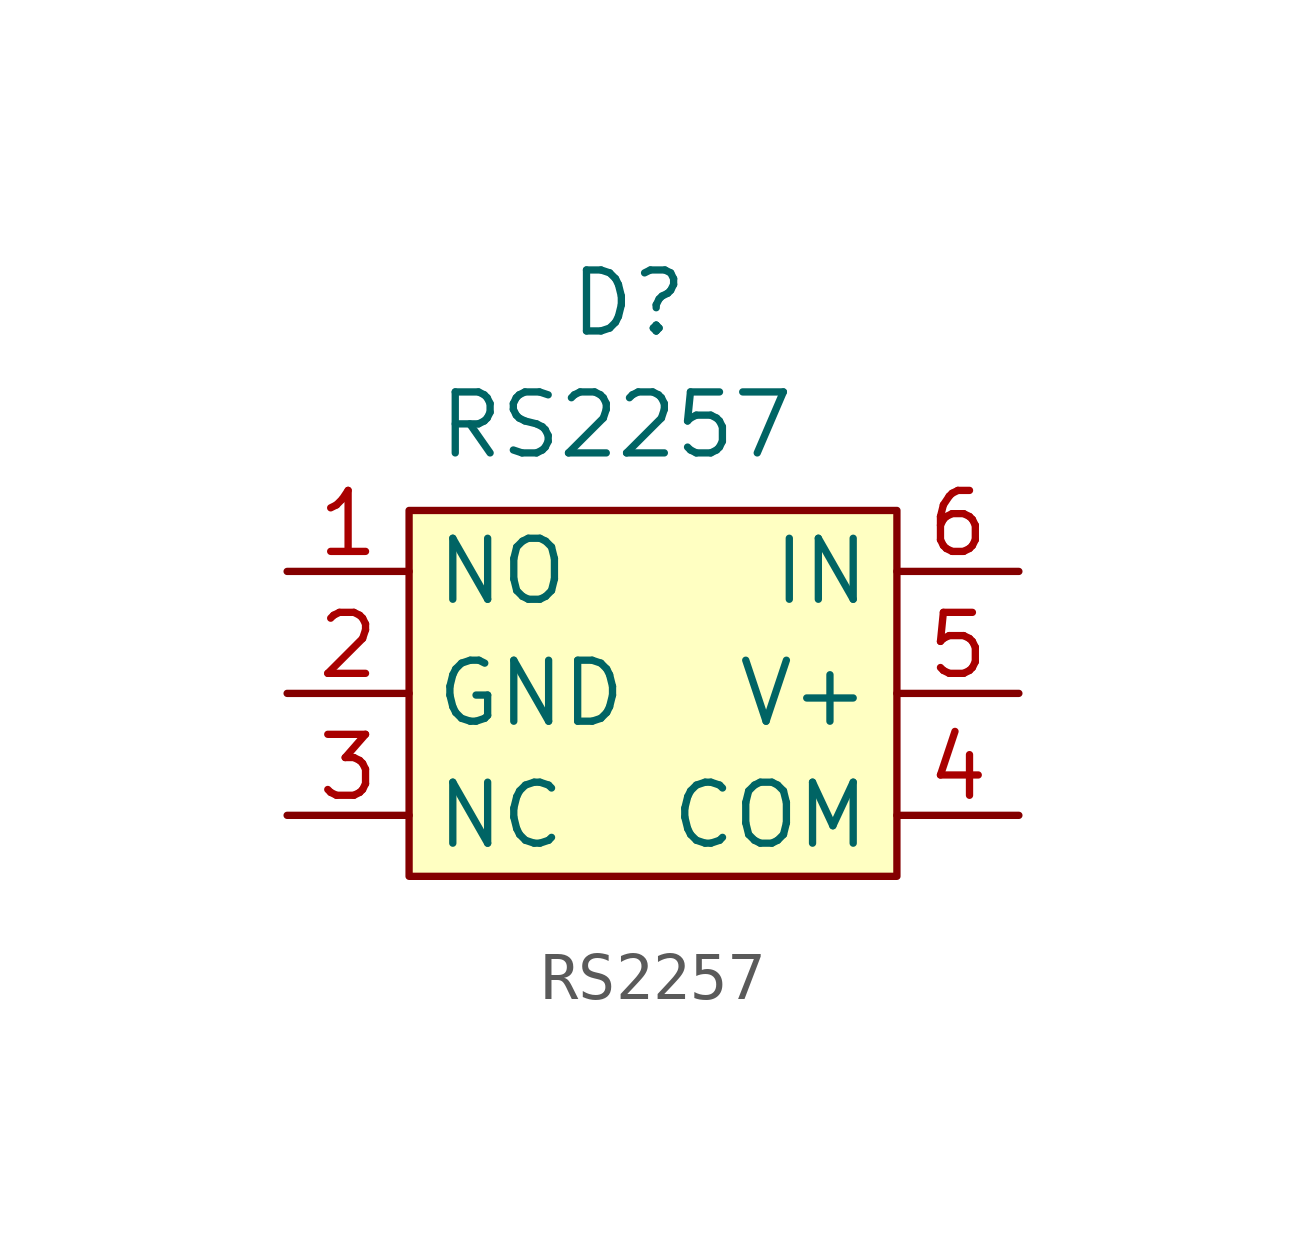
<source format=kicad_sym>
(kicad_symbol_lib
  (version 20231120)
  (generator "kicad_symbol_editor")
  (generator_version "8.0")
  (symbol "RS2257"
    (property "Reference" "D"
      (at -0.508 8.128 0)
      (effects (font (size 1.27 1.27))))
    (property "Value" "RS2257"
      (at -0.762 5.588 0)
      (effects (font (size 1.27 1.27))))
    (symbol "RS2257_0_0"
      (pin bidirectional line (at -7.62 2.54 0) (length 2.54) (name "NO" (effects (font (size 1.27 1.27)))) (number "1" (effects (font (size 1.27 1.27)))))
      (pin bidirectional line (at -7.62 -2.54 0) (length 2.54) (name "NC" (effects (font (size 1.27 1.27)))) (number "3" (effects (font (size 1.27 1.27)))))
      (pin bidirectional line (at 7.62 -2.54 180) (length 2.54) (name "COM" (effects (font (size 1.27 1.27)))) (number "4" (effects (font (size 1.27 1.27)))))
      (pin power_in line (at 7.62 0 180) (length 2.54) (name "V+" (effects (font (size 1.27 1.27)))) (number "5" (effects (font (size 1.27 1.27)))))
      (pin input line (at 7.62 2.54 180) (length 2.54) (name "IN" (effects (font (size 1.27 1.27)))) (number "6" (effects (font (size 1.27 1.27))))))
    (symbol "RS2257_1_0"
      (pin power_in line (at -7.62 0 0) (length 2.54) (name "GND" (effects (font (size 1.27 1.27)))) (number "2" (effects (font (size 1.27 1.27))))))
    (symbol "RS2257_1_1"
      (rectangle (start -5.08 3.81) (end 5.08 -3.81) (stroke (width 0) (type default)) (fill (type background))))))
</source>
